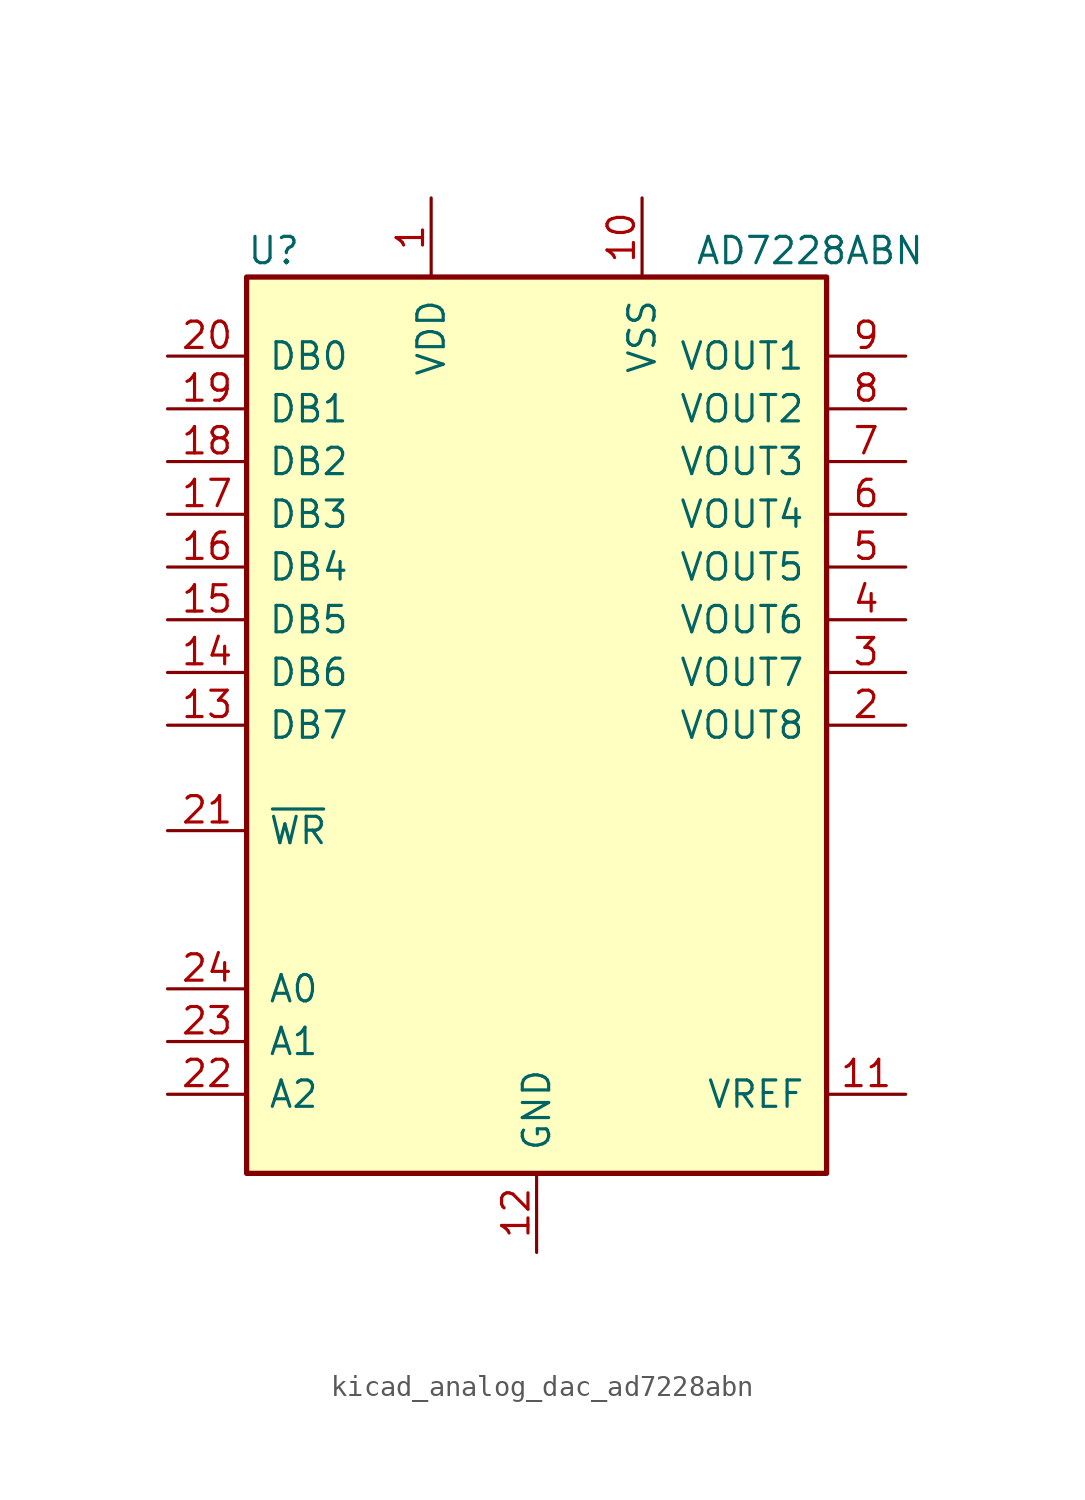
<source format=kicad_sym>
(kicad_symbol_lib
  (version 20220914)
  (generator kicad_symbol_editor)
  (symbol "kicad_analog_dac_ad7228abn"
    (pin_names
      (offset 1.016))
    (property "Reference" "U"
      (at -13.97 22.86 0)
      (effects (font (size 1.27 1.27)) (justify left)))
    (property "Value" "AD7228ABN"
      (at 7.62 22.86 0)
      (effects (font (size 1.27 1.27)) (justify left)))
    (symbol "kicad_analog_dac_ad7228abn_0_1"
      (rectangle (start -13.97 -21.59) (end 13.97 21.59) (stroke (width 0.254) (type default)) (fill (type background))))
    (symbol "kicad_analog_dac_ad7228abn_1_1"
      (pin power_in line (at -5.08 25.4 270) (length 3.81) (name "VDD" (effects (font (size 1.27 1.27)))) (number "1" (effects (font (size 1.27 1.27)))))
      (pin power_in line (at 5.08 25.4 270) (length 3.81) (name "VSS" (effects (font (size 1.27 1.27)))) (number "10" (effects (font (size 1.27 1.27)))))
      (pin passive line (at 17.78 -17.78 180) (length 3.81) (name "VREF" (effects (font (size 1.27 1.27)))) (number "11" (effects (font (size 1.27 1.27)))))
      (pin power_in line (at 0 -25.4 90) (length 3.81) (name "GND" (effects (font (size 1.27 1.27)))) (number "12" (effects (font (size 1.27 1.27)))))
      (pin input line (at -17.78 0 0) (length 3.81) (name "DB7" (effects (font (size 1.27 1.27)))) (number "13" (effects (font (size 1.27 1.27)))))
      (pin input line (at -17.78 2.54 0) (length 3.81) (name "DB6" (effects (font (size 1.27 1.27)))) (number "14" (effects (font (size 1.27 1.27)))))
      (pin input line (at -17.78 5.08 0) (length 3.81) (name "DB5" (effects (font (size 1.27 1.27)))) (number "15" (effects (font (size 1.27 1.27)))))
      (pin input line (at -17.78 7.62 0) (length 3.81) (name "DB4" (effects (font (size 1.27 1.27)))) (number "16" (effects (font (size 1.27 1.27)))))
      (pin input line (at -17.78 10.16 0) (length 3.81) (name "DB3" (effects (font (size 1.27 1.27)))) (number "17" (effects (font (size 1.27 1.27)))))
      (pin input line (at -17.78 12.7 0) (length 3.81) (name "DB2" (effects (font (size 1.27 1.27)))) (number "18" (effects (font (size 1.27 1.27)))))
      (pin input line (at -17.78 15.24 0) (length 3.81) (name "DB1" (effects (font (size 1.27 1.27)))) (number "19" (effects (font (size 1.27 1.27)))))
      (pin output line (at 17.78 0 180) (length 3.81) (name "VOUT8" (effects (font (size 1.27 1.27)))) (number "2" (effects (font (size 1.27 1.27)))))
      (pin input line (at -17.78 17.78 0) (length 3.81) (name "DB0" (effects (font (size 1.27 1.27)))) (number "20" (effects (font (size 1.27 1.27)))))
      (pin input line (at -17.78 -5.08 0) (length 3.81) (name "~{WR}" (effects (font (size 1.27 1.27)))) (number "21" (effects (font (size 1.27 1.27)))))
      (pin input line (at -17.78 -17.78 0) (length 3.81) (name "A2" (effects (font (size 1.27 1.27)))) (number "22" (effects (font (size 1.27 1.27)))))
      (pin input line (at -17.78 -15.24 0) (length 3.81) (name "A1" (effects (font (size 1.27 1.27)))) (number "23" (effects (font (size 1.27 1.27)))))
      (pin input line (at -17.78 -12.7 0) (length 3.81) (name "A0" (effects (font (size 1.27 1.27)))) (number "24" (effects (font (size 1.27 1.27)))))
      (pin output line (at 17.78 2.54 180) (length 3.81) (name "VOUT7" (effects (font (size 1.27 1.27)))) (number "3" (effects (font (size 1.27 1.27)))))
      (pin output line (at 17.78 5.08 180) (length 3.81) (name "VOUT6" (effects (font (size 1.27 1.27)))) (number "4" (effects (font (size 1.27 1.27)))))
      (pin output line (at 17.78 7.62 180) (length 3.81) (name "VOUT5" (effects (font (size 1.27 1.27)))) (number "5" (effects (font (size 1.27 1.27)))))
      (pin output line (at 17.78 10.16 180) (length 3.81) (name "VOUT4" (effects (font (size 1.27 1.27)))) (number "6" (effects (font (size 1.27 1.27)))))
      (pin output line (at 17.78 12.7 180) (length 3.81) (name "VOUT3" (effects (font (size 1.27 1.27)))) (number "7" (effects (font (size 1.27 1.27)))))
      (pin output line (at 17.78 15.24 180) (length 3.81) (name "VOUT2" (effects (font (size 1.27 1.27)))) (number "8" (effects (font (size 1.27 1.27)))))
      (pin output line (at 17.78 17.78 180) (length 3.81) (name "VOUT1" (effects (font (size 1.27 1.27)))) (number "9" (effects (font (size 1.27 1.27))))))))
</source>
